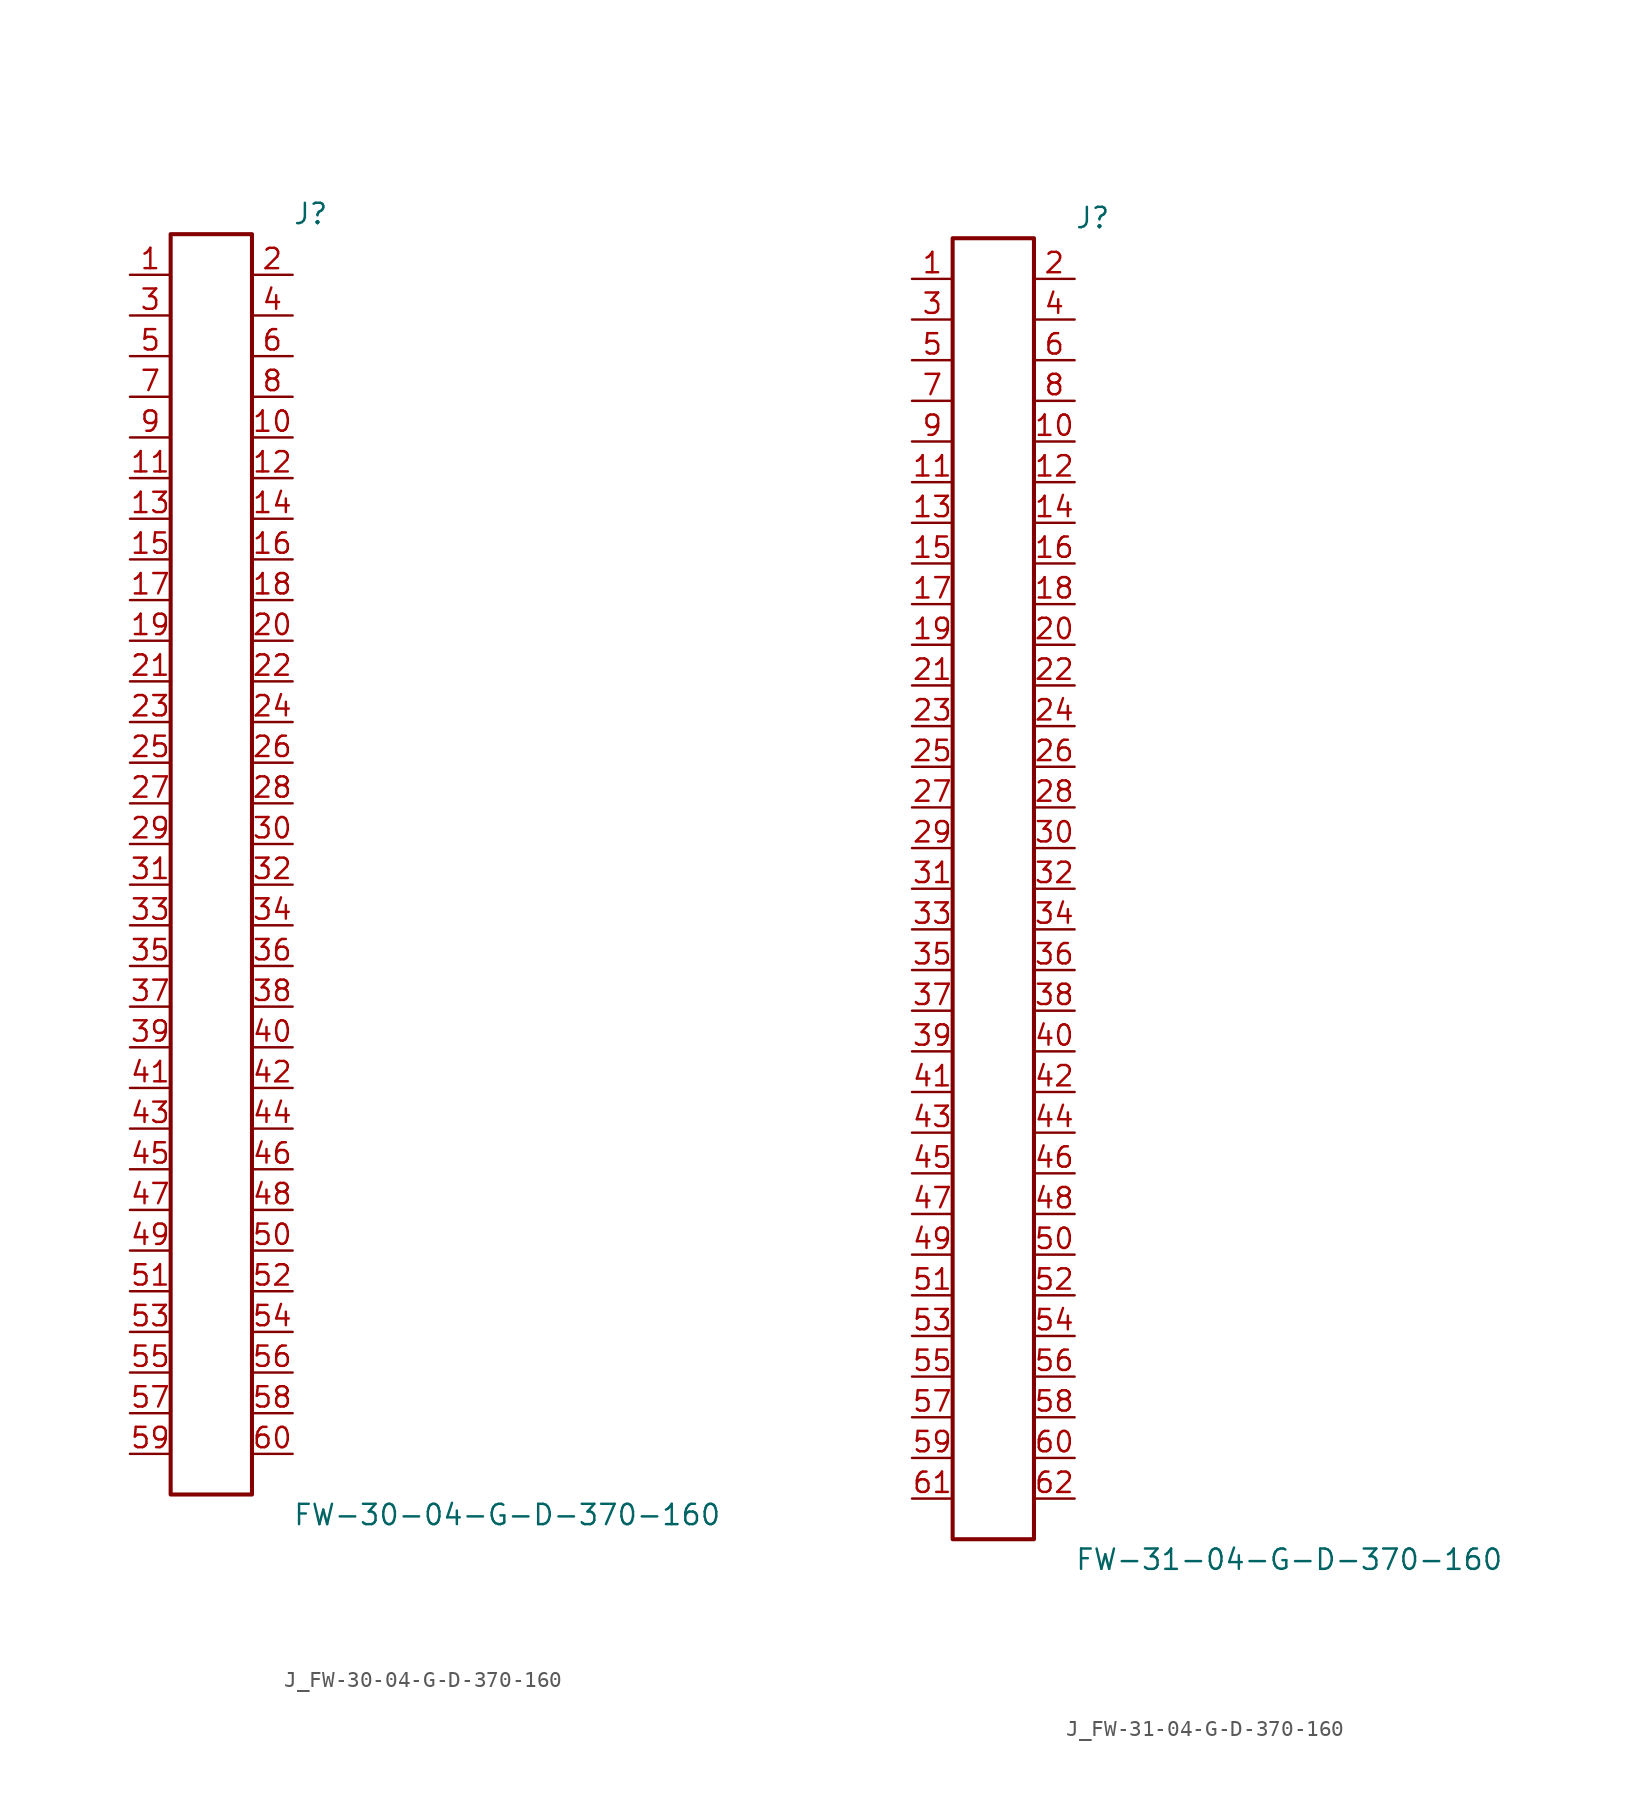
<source format=kicad_sym>
(kicad_symbol_lib
  (version 20231120)
  (generator kicad_symbol_editor)
  (generator_version 8.0)
  (symbol "J_FW-30-04-G-D-370-160"
    (pin_names
      (offset 0.254))
    (property "Reference" "J"
      (at 5.08 40.64 0)
      (effects (font (size 1.27 1.27)) (justify left)))
    (property "Value" "FW-30-04-G-D-370-160"
      (at 5.08 -40.64 0)
      (effects (font (size 1.27 1.27)) (justify left)))
    (symbol "J_FW-30-04-G-D-370-160_0_0"
      (pin unspecified line (at -5.08 36.83 0) (length 2.54) (name "" (effects (font (size 1.27 1.27)))) (number "1" (effects (font (size 1.27 1.27)))))
      (pin unspecified line (at 5.08 36.83 180) (length 2.54) (name "" (effects (font (size 1.27 1.27)))) (number "2" (effects (font (size 1.27 1.27)))))
      (pin unspecified line (at -5.08 34.29 0) (length 2.54) (name "" (effects (font (size 1.27 1.27)))) (number "3" (effects (font (size 1.27 1.27)))))
      (pin unspecified line (at 5.08 34.29 180) (length 2.54) (name "" (effects (font (size 1.27 1.27)))) (number "4" (effects (font (size 1.27 1.27)))))
      (pin unspecified line (at -5.08 31.75 0) (length 2.54) (name "" (effects (font (size 1.27 1.27)))) (number "5" (effects (font (size 1.27 1.27)))))
      (pin unspecified line (at 5.08 31.75 180) (length 2.54) (name "" (effects (font (size 1.27 1.27)))) (number "6" (effects (font (size 1.27 1.27)))))
      (pin unspecified line (at -5.08 29.21 0) (length 2.54) (name "" (effects (font (size 1.27 1.27)))) (number "7" (effects (font (size 1.27 1.27)))))
      (pin unspecified line (at 5.08 29.21 180) (length 2.54) (name "" (effects (font (size 1.27 1.27)))) (number "8" (effects (font (size 1.27 1.27)))))
      (pin unspecified line (at -5.08 26.67 0) (length 2.54) (name "" (effects (font (size 1.27 1.27)))) (number "9" (effects (font (size 1.27 1.27)))))
      (pin unspecified line (at 5.08 26.67 180) (length 2.54) (name "" (effects (font (size 1.27 1.27)))) (number "10" (effects (font (size 1.27 1.27)))))
      (pin unspecified line (at -5.08 24.13 0) (length 2.54) (name "" (effects (font (size 1.27 1.27)))) (number "11" (effects (font (size 1.27 1.27)))))
      (pin unspecified line (at 5.08 24.13 180) (length 2.54) (name "" (effects (font (size 1.27 1.27)))) (number "12" (effects (font (size 1.27 1.27)))))
      (pin unspecified line (at -5.08 21.59 0) (length 2.54) (name "" (effects (font (size 1.27 1.27)))) (number "13" (effects (font (size 1.27 1.27)))))
      (pin unspecified line (at 5.08 21.59 180) (length 2.54) (name "" (effects (font (size 1.27 1.27)))) (number "14" (effects (font (size 1.27 1.27)))))
      (pin unspecified line (at -5.08 19.05 0) (length 2.54) (name "" (effects (font (size 1.27 1.27)))) (number "15" (effects (font (size 1.27 1.27)))))
      (pin unspecified line (at 5.08 19.05 180) (length 2.54) (name "" (effects (font (size 1.27 1.27)))) (number "16" (effects (font (size 1.27 1.27)))))
      (pin unspecified line (at -5.08 16.51 0) (length 2.54) (name "" (effects (font (size 1.27 1.27)))) (number "17" (effects (font (size 1.27 1.27)))))
      (pin unspecified line (at 5.08 16.51 180) (length 2.54) (name "" (effects (font (size 1.27 1.27)))) (number "18" (effects (font (size 1.27 1.27)))))
      (pin unspecified line (at -5.08 13.97 0) (length 2.54) (name "" (effects (font (size 1.27 1.27)))) (number "19" (effects (font (size 1.27 1.27)))))
      (pin unspecified line (at 5.08 13.97 180) (length 2.54) (name "" (effects (font (size 1.27 1.27)))) (number "20" (effects (font (size 1.27 1.27)))))
      (pin unspecified line (at -5.08 11.43 0) (length 2.54) (name "" (effects (font (size 1.27 1.27)))) (number "21" (effects (font (size 1.27 1.27)))))
      (pin unspecified line (at 5.08 11.43 180) (length 2.54) (name "" (effects (font (size 1.27 1.27)))) (number "22" (effects (font (size 1.27 1.27)))))
      (pin unspecified line (at -5.08 8.89 0) (length 2.54) (name "" (effects (font (size 1.27 1.27)))) (number "23" (effects (font (size 1.27 1.27)))))
      (pin unspecified line (at 5.08 8.89 180) (length 2.54) (name "" (effects (font (size 1.27 1.27)))) (number "24" (effects (font (size 1.27 1.27)))))
      (pin unspecified line (at -5.08 6.35 0) (length 2.54) (name "" (effects (font (size 1.27 1.27)))) (number "25" (effects (font (size 1.27 1.27)))))
      (pin unspecified line (at 5.08 6.35 180) (length 2.54) (name "" (effects (font (size 1.27 1.27)))) (number "26" (effects (font (size 1.27 1.27)))))
      (pin unspecified line (at -5.08 3.81 0) (length 2.54) (name "" (effects (font (size 1.27 1.27)))) (number "27" (effects (font (size 1.27 1.27)))))
      (pin unspecified line (at 5.08 3.81 180) (length 2.54) (name "" (effects (font (size 1.27 1.27)))) (number "28" (effects (font (size 1.27 1.27)))))
      (pin unspecified line (at -5.08 1.27 0) (length 2.54) (name "" (effects (font (size 1.27 1.27)))) (number "29" (effects (font (size 1.27 1.27)))))
      (pin unspecified line (at 5.08 1.27 180) (length 2.54) (name "" (effects (font (size 1.27 1.27)))) (number "30" (effects (font (size 1.27 1.27)))))
      (pin unspecified line (at -5.08 -1.27 0) (length 2.54) (name "" (effects (font (size 1.27 1.27)))) (number "31" (effects (font (size 1.27 1.27)))))
      (pin unspecified line (at 5.08 -1.27 180) (length 2.54) (name "" (effects (font (size 1.27 1.27)))) (number "32" (effects (font (size 1.27 1.27)))))
      (pin unspecified line (at -5.08 -3.81 0) (length 2.54) (name "" (effects (font (size 1.27 1.27)))) (number "33" (effects (font (size 1.27 1.27)))))
      (pin unspecified line (at 5.08 -3.81 180) (length 2.54) (name "" (effects (font (size 1.27 1.27)))) (number "34" (effects (font (size 1.27 1.27)))))
      (pin unspecified line (at -5.08 -6.35 0) (length 2.54) (name "" (effects (font (size 1.27 1.27)))) (number "35" (effects (font (size 1.27 1.27)))))
      (pin unspecified line (at 5.08 -6.35 180) (length 2.54) (name "" (effects (font (size 1.27 1.27)))) (number "36" (effects (font (size 1.27 1.27)))))
      (pin unspecified line (at -5.08 -8.89 0) (length 2.54) (name "" (effects (font (size 1.27 1.27)))) (number "37" (effects (font (size 1.27 1.27)))))
      (pin unspecified line (at 5.08 -8.89 180) (length 2.54) (name "" (effects (font (size 1.27 1.27)))) (number "38" (effects (font (size 1.27 1.27)))))
      (pin unspecified line (at -5.08 -11.43 0) (length 2.54) (name "" (effects (font (size 1.27 1.27)))) (number "39" (effects (font (size 1.27 1.27)))))
      (pin unspecified line (at 5.08 -11.43 180) (length 2.54) (name "" (effects (font (size 1.27 1.27)))) (number "40" (effects (font (size 1.27 1.27)))))
      (pin unspecified line (at -5.08 -13.97 0) (length 2.54) (name "" (effects (font (size 1.27 1.27)))) (number "41" (effects (font (size 1.27 1.27)))))
      (pin unspecified line (at 5.08 -13.97 180) (length 2.54) (name "" (effects (font (size 1.27 1.27)))) (number "42" (effects (font (size 1.27 1.27)))))
      (pin unspecified line (at -5.08 -16.51 0) (length 2.54) (name "" (effects (font (size 1.27 1.27)))) (number "43" (effects (font (size 1.27 1.27)))))
      (pin unspecified line (at 5.08 -16.51 180) (length 2.54) (name "" (effects (font (size 1.27 1.27)))) (number "44" (effects (font (size 1.27 1.27)))))
      (pin unspecified line (at -5.08 -19.05 0) (length 2.54) (name "" (effects (font (size 1.27 1.27)))) (number "45" (effects (font (size 1.27 1.27)))))
      (pin unspecified line (at 5.08 -19.05 180) (length 2.54) (name "" (effects (font (size 1.27 1.27)))) (number "46" (effects (font (size 1.27 1.27)))))
      (pin unspecified line (at -5.08 -21.59 0) (length 2.54) (name "" (effects (font (size 1.27 1.27)))) (number "47" (effects (font (size 1.27 1.27)))))
      (pin unspecified line (at 5.08 -21.59 180) (length 2.54) (name "" (effects (font (size 1.27 1.27)))) (number "48" (effects (font (size 1.27 1.27)))))
      (pin unspecified line (at -5.08 -24.13 0) (length 2.54) (name "" (effects (font (size 1.27 1.27)))) (number "49" (effects (font (size 1.27 1.27)))))
      (pin unspecified line (at 5.08 -24.13 180) (length 2.54) (name "" (effects (font (size 1.27 1.27)))) (number "50" (effects (font (size 1.27 1.27)))))
      (pin unspecified line (at -5.08 -26.67 0) (length 2.54) (name "" (effects (font (size 1.27 1.27)))) (number "51" (effects (font (size 1.27 1.27)))))
      (pin unspecified line (at 5.08 -26.67 180) (length 2.54) (name "" (effects (font (size 1.27 1.27)))) (number "52" (effects (font (size 1.27 1.27)))))
      (pin unspecified line (at -5.08 -29.21 0) (length 2.54) (name "" (effects (font (size 1.27 1.27)))) (number "53" (effects (font (size 1.27 1.27)))))
      (pin unspecified line (at 5.08 -29.21 180) (length 2.54) (name "" (effects (font (size 1.27 1.27)))) (number "54" (effects (font (size 1.27 1.27)))))
      (pin unspecified line (at -5.08 -31.75 0) (length 2.54) (name "" (effects (font (size 1.27 1.27)))) (number "55" (effects (font (size 1.27 1.27)))))
      (pin unspecified line (at 5.08 -31.75 180) (length 2.54) (name "" (effects (font (size 1.27 1.27)))) (number "56" (effects (font (size 1.27 1.27)))))
      (pin unspecified line (at -5.08 -34.29 0) (length 2.54) (name "" (effects (font (size 1.27 1.27)))) (number "57" (effects (font (size 1.27 1.27)))))
      (pin unspecified line (at 5.08 -34.29 180) (length 2.54) (name "" (effects (font (size 1.27 1.27)))) (number "58" (effects (font (size 1.27 1.27)))))
      (pin unspecified line (at -5.08 -36.83 0) (length 2.54) (name "" (effects (font (size 1.27 1.27)))) (number "59" (effects (font (size 1.27 1.27)))))
      (pin unspecified line (at 5.08 -36.83 180) (length 2.54) (name "" (effects (font (size 1.27 1.27)))) (number "60" (effects (font (size 1.27 1.27))))))
    (symbol "J_FW-30-04-G-D-370-160_1_0"
      (rectangle (start -2.54 39.37) (end 2.54 -39.37) (stroke (width 0.254) (type solid)) (fill (type none)))))
  (symbol "J_FW-31-04-G-D-370-160"
    (pin_names
      (offset 0.254))
    (property "Reference" "J"
      (at 5.08 41.91 0)
      (effects (font (size 1.27 1.27)) (justify left)))
    (property "Value" "FW-31-04-G-D-370-160"
      (at 5.08 -41.91 0)
      (effects (font (size 1.27 1.27)) (justify left)))
    (symbol "J_FW-31-04-G-D-370-160_0_0"
      (pin unspecified line (at -5.08 38.1 0) (length 2.54) (name "" (effects (font (size 1.27 1.27)))) (number "1" (effects (font (size 1.27 1.27)))))
      (pin unspecified line (at 5.08 38.1 180) (length 2.54) (name "" (effects (font (size 1.27 1.27)))) (number "2" (effects (font (size 1.27 1.27)))))
      (pin unspecified line (at -5.08 35.56 0) (length 2.54) (name "" (effects (font (size 1.27 1.27)))) (number "3" (effects (font (size 1.27 1.27)))))
      (pin unspecified line (at 5.08 35.56 180) (length 2.54) (name "" (effects (font (size 1.27 1.27)))) (number "4" (effects (font (size 1.27 1.27)))))
      (pin unspecified line (at -5.08 33.02 0) (length 2.54) (name "" (effects (font (size 1.27 1.27)))) (number "5" (effects (font (size 1.27 1.27)))))
      (pin unspecified line (at 5.08 33.02 180) (length 2.54) (name "" (effects (font (size 1.27 1.27)))) (number "6" (effects (font (size 1.27 1.27)))))
      (pin unspecified line (at -5.08 30.48 0) (length 2.54) (name "" (effects (font (size 1.27 1.27)))) (number "7" (effects (font (size 1.27 1.27)))))
      (pin unspecified line (at 5.08 30.48 180) (length 2.54) (name "" (effects (font (size 1.27 1.27)))) (number "8" (effects (font (size 1.27 1.27)))))
      (pin unspecified line (at -5.08 27.94 0) (length 2.54) (name "" (effects (font (size 1.27 1.27)))) (number "9" (effects (font (size 1.27 1.27)))))
      (pin unspecified line (at 5.08 27.94 180) (length 2.54) (name "" (effects (font (size 1.27 1.27)))) (number "10" (effects (font (size 1.27 1.27)))))
      (pin unspecified line (at -5.08 25.4 0) (length 2.54) (name "" (effects (font (size 1.27 1.27)))) (number "11" (effects (font (size 1.27 1.27)))))
      (pin unspecified line (at 5.08 25.4 180) (length 2.54) (name "" (effects (font (size 1.27 1.27)))) (number "12" (effects (font (size 1.27 1.27)))))
      (pin unspecified line (at -5.08 22.86 0) (length 2.54) (name "" (effects (font (size 1.27 1.27)))) (number "13" (effects (font (size 1.27 1.27)))))
      (pin unspecified line (at 5.08 22.86 180) (length 2.54) (name "" (effects (font (size 1.27 1.27)))) (number "14" (effects (font (size 1.27 1.27)))))
      (pin unspecified line (at -5.08 20.32 0) (length 2.54) (name "" (effects (font (size 1.27 1.27)))) (number "15" (effects (font (size 1.27 1.27)))))
      (pin unspecified line (at 5.08 20.32 180) (length 2.54) (name "" (effects (font (size 1.27 1.27)))) (number "16" (effects (font (size 1.27 1.27)))))
      (pin unspecified line (at -5.08 17.78 0) (length 2.54) (name "" (effects (font (size 1.27 1.27)))) (number "17" (effects (font (size 1.27 1.27)))))
      (pin unspecified line (at 5.08 17.78 180) (length 2.54) (name "" (effects (font (size 1.27 1.27)))) (number "18" (effects (font (size 1.27 1.27)))))
      (pin unspecified line (at -5.08 15.24 0) (length 2.54) (name "" (effects (font (size 1.27 1.27)))) (number "19" (effects (font (size 1.27 1.27)))))
      (pin unspecified line (at 5.08 15.24 180) (length 2.54) (name "" (effects (font (size 1.27 1.27)))) (number "20" (effects (font (size 1.27 1.27)))))
      (pin unspecified line (at -5.08 12.7 0) (length 2.54) (name "" (effects (font (size 1.27 1.27)))) (number "21" (effects (font (size 1.27 1.27)))))
      (pin unspecified line (at 5.08 12.7 180) (length 2.54) (name "" (effects (font (size 1.27 1.27)))) (number "22" (effects (font (size 1.27 1.27)))))
      (pin unspecified line (at -5.08 10.16 0) (length 2.54) (name "" (effects (font (size 1.27 1.27)))) (number "23" (effects (font (size 1.27 1.27)))))
      (pin unspecified line (at 5.08 10.16 180) (length 2.54) (name "" (effects (font (size 1.27 1.27)))) (number "24" (effects (font (size 1.27 1.27)))))
      (pin unspecified line (at -5.08 7.62 0) (length 2.54) (name "" (effects (font (size 1.27 1.27)))) (number "25" (effects (font (size 1.27 1.27)))))
      (pin unspecified line (at 5.08 7.62 180) (length 2.54) (name "" (effects (font (size 1.27 1.27)))) (number "26" (effects (font (size 1.27 1.27)))))
      (pin unspecified line (at -5.08 5.08 0) (length 2.54) (name "" (effects (font (size 1.27 1.27)))) (number "27" (effects (font (size 1.27 1.27)))))
      (pin unspecified line (at 5.08 5.08 180) (length 2.54) (name "" (effects (font (size 1.27 1.27)))) (number "28" (effects (font (size 1.27 1.27)))))
      (pin unspecified line (at -5.08 2.54 0) (length 2.54) (name "" (effects (font (size 1.27 1.27)))) (number "29" (effects (font (size 1.27 1.27)))))
      (pin unspecified line (at 5.08 2.54 180) (length 2.54) (name "" (effects (font (size 1.27 1.27)))) (number "30" (effects (font (size 1.27 1.27)))))
      (pin unspecified line (at -5.08 0.0 0) (length 2.54) (name "" (effects (font (size 1.27 1.27)))) (number "31" (effects (font (size 1.27 1.27)))))
      (pin unspecified line (at 5.08 0.0 180) (length 2.54) (name "" (effects (font (size 1.27 1.27)))) (number "32" (effects (font (size 1.27 1.27)))))
      (pin unspecified line (at -5.08 -2.54 0) (length 2.54) (name "" (effects (font (size 1.27 1.27)))) (number "33" (effects (font (size 1.27 1.27)))))
      (pin unspecified line (at 5.08 -2.54 180) (length 2.54) (name "" (effects (font (size 1.27 1.27)))) (number "34" (effects (font (size 1.27 1.27)))))
      (pin unspecified line (at -5.08 -5.08 0) (length 2.54) (name "" (effects (font (size 1.27 1.27)))) (number "35" (effects (font (size 1.27 1.27)))))
      (pin unspecified line (at 5.08 -5.08 180) (length 2.54) (name "" (effects (font (size 1.27 1.27)))) (number "36" (effects (font (size 1.27 1.27)))))
      (pin unspecified line (at -5.08 -7.62 0) (length 2.54) (name "" (effects (font (size 1.27 1.27)))) (number "37" (effects (font (size 1.27 1.27)))))
      (pin unspecified line (at 5.08 -7.62 180) (length 2.54) (name "" (effects (font (size 1.27 1.27)))) (number "38" (effects (font (size 1.27 1.27)))))
      (pin unspecified line (at -5.08 -10.16 0) (length 2.54) (name "" (effects (font (size 1.27 1.27)))) (number "39" (effects (font (size 1.27 1.27)))))
      (pin unspecified line (at 5.08 -10.16 180) (length 2.54) (name "" (effects (font (size 1.27 1.27)))) (number "40" (effects (font (size 1.27 1.27)))))
      (pin unspecified line (at -5.08 -12.7 0) (length 2.54) (name "" (effects (font (size 1.27 1.27)))) (number "41" (effects (font (size 1.27 1.27)))))
      (pin unspecified line (at 5.08 -12.7 180) (length 2.54) (name "" (effects (font (size 1.27 1.27)))) (number "42" (effects (font (size 1.27 1.27)))))
      (pin unspecified line (at -5.08 -15.24 0) (length 2.54) (name "" (effects (font (size 1.27 1.27)))) (number "43" (effects (font (size 1.27 1.27)))))
      (pin unspecified line (at 5.08 -15.24 180) (length 2.54) (name "" (effects (font (size 1.27 1.27)))) (number "44" (effects (font (size 1.27 1.27)))))
      (pin unspecified line (at -5.08 -17.78 0) (length 2.54) (name "" (effects (font (size 1.27 1.27)))) (number "45" (effects (font (size 1.27 1.27)))))
      (pin unspecified line (at 5.08 -17.78 180) (length 2.54) (name "" (effects (font (size 1.27 1.27)))) (number "46" (effects (font (size 1.27 1.27)))))
      (pin unspecified line (at -5.08 -20.32 0) (length 2.54) (name "" (effects (font (size 1.27 1.27)))) (number "47" (effects (font (size 1.27 1.27)))))
      (pin unspecified line (at 5.08 -20.32 180) (length 2.54) (name "" (effects (font (size 1.27 1.27)))) (number "48" (effects (font (size 1.27 1.27)))))
      (pin unspecified line (at -5.08 -22.86 0) (length 2.54) (name "" (effects (font (size 1.27 1.27)))) (number "49" (effects (font (size 1.27 1.27)))))
      (pin unspecified line (at 5.08 -22.86 180) (length 2.54) (name "" (effects (font (size 1.27 1.27)))) (number "50" (effects (font (size 1.27 1.27)))))
      (pin unspecified line (at -5.08 -25.4 0) (length 2.54) (name "" (effects (font (size 1.27 1.27)))) (number "51" (effects (font (size 1.27 1.27)))))
      (pin unspecified line (at 5.08 -25.4 180) (length 2.54) (name "" (effects (font (size 1.27 1.27)))) (number "52" (effects (font (size 1.27 1.27)))))
      (pin unspecified line (at -5.08 -27.94 0) (length 2.54) (name "" (effects (font (size 1.27 1.27)))) (number "53" (effects (font (size 1.27 1.27)))))
      (pin unspecified line (at 5.08 -27.94 180) (length 2.54) (name "" (effects (font (size 1.27 1.27)))) (number "54" (effects (font (size 1.27 1.27)))))
      (pin unspecified line (at -5.08 -30.48 0) (length 2.54) (name "" (effects (font (size 1.27 1.27)))) (number "55" (effects (font (size 1.27 1.27)))))
      (pin unspecified line (at 5.08 -30.48 180) (length 2.54) (name "" (effects (font (size 1.27 1.27)))) (number "56" (effects (font (size 1.27 1.27)))))
      (pin unspecified line (at -5.08 -33.02 0) (length 2.54) (name "" (effects (font (size 1.27 1.27)))) (number "57" (effects (font (size 1.27 1.27)))))
      (pin unspecified line (at 5.08 -33.02 180) (length 2.54) (name "" (effects (font (size 1.27 1.27)))) (number "58" (effects (font (size 1.27 1.27)))))
      (pin unspecified line (at -5.08 -35.56 0) (length 2.54) (name "" (effects (font (size 1.27 1.27)))) (number "59" (effects (font (size 1.27 1.27)))))
      (pin unspecified line (at 5.08 -35.56 180) (length 2.54) (name "" (effects (font (size 1.27 1.27)))) (number "60" (effects (font (size 1.27 1.27)))))
      (pin unspecified line (at -5.08 -38.1 0) (length 2.54) (name "" (effects (font (size 1.27 1.27)))) (number "61" (effects (font (size 1.27 1.27)))))
      (pin unspecified line (at 5.08 -38.1 180) (length 2.54) (name "" (effects (font (size 1.27 1.27)))) (number "62" (effects (font (size 1.27 1.27))))))
    (symbol "J_FW-31-04-G-D-370-160_1_0"
      (rectangle (start -2.54 40.64) (end 2.54 -40.64) (stroke (width 0.254) (type solid)) (fill (type none))))))
</source>
